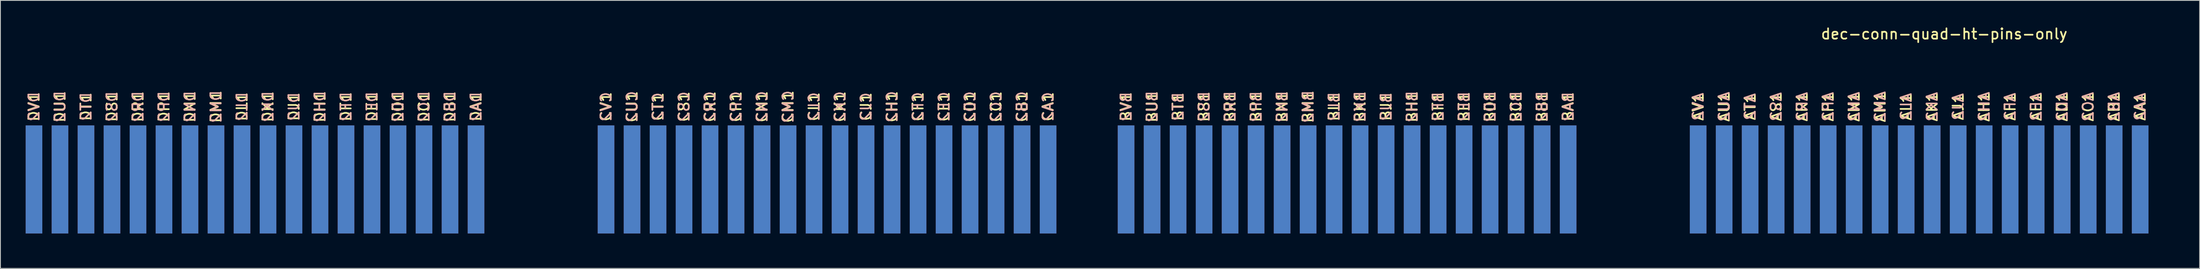
<source format=kicad_pcb>
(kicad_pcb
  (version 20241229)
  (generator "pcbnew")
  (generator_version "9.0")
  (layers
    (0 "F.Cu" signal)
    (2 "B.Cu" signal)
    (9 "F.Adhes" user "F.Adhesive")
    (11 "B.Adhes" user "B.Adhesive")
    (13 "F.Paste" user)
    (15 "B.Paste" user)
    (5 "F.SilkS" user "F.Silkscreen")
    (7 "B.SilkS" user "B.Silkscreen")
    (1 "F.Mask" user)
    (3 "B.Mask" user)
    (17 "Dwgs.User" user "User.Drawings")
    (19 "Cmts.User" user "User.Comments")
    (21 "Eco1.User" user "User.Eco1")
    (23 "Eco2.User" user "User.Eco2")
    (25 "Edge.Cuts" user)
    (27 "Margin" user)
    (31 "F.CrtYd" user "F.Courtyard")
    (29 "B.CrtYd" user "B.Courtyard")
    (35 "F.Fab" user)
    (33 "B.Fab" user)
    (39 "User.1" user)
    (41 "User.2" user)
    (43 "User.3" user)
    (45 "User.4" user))
  (footprint "dec-conn-quad-ht-pins-only"
    (layer "F.Cu")
    (at 262.288 26.5)
    (property "Reference" "dec-conn-quad-ht-pins-only" (at -27.94 -25.4 0) (layer "F.SilkS") (effects (font (size 1.27 1.27) (thickness 0.203))))
    (attr through_hole)
    (fp_text user "BC1" (at -80.213 -16.51 90) (layer "F.SilkS") (effects (font (size 1.27 1.27) (thickness 0.203))))
    (fp_text user "BF1" (at -89.738 -16.51 90) (layer "F.SilkS") (effects (font (size 1.27 1.27) (thickness 0.203))))
    (fp_text user "CV1" (at -191.338 -16.51 90) (layer "F.SilkS") (effects (font (size 1.27 1.27) (thickness 0.203))))
    (fp_text user "DC1" (at -213.563 -16.51 90) (layer "F.SilkS") (effects (font (size 1.27 1.27) (thickness 0.203))))
    (fp_text user "CC1" (at -143.713 -16.51 90) (layer "F.SilkS") (effects (font (size 1.27 1.27) (thickness 0.203))))
    (fp_text user "BM1" (at -105.613 -16.51 90) (layer "F.SilkS") (effects (font (size 1.27 1.27) (thickness 0.203))))
    (fp_text user "DA1" (at -207.213 -16.51 90) (layer "F.SilkS") (effects (font (size 1.27 1.27) (thickness 0.203))))
    (fp_text user "AR1" (at -45.288 -16.51 90) (layer "F.SilkS") (effects (font (size 1.27 1.27) (thickness 0.203))))
    (fp_text user "CT1" (at -184.988 -16.51 90) (layer "F.SilkS") (effects (font (size 1.27 1.27) (thickness 0.203))))
    (fp_text user "AA1" (at -4.013 -16.51 90) (layer "F.SilkS") (effects (font (size 1.27 1.27) (thickness 0.203))))
    (fp_text user "DJ1" (at -229.438 -16.51 90) (layer "F.SilkS") (effects (font (size 1.27 1.27) (thickness 0.203))))
    (fp_text user "CB1" (at -140.538 -16.51 90) (layer "F.SilkS") (effects (font (size 1.27 1.27) (thickness 0.203))))
    (fp_text user "BE1" (at -86.563 -16.51 90) (layer "F.SilkS") (effects (font (size 1.27 1.27) (thickness 0.203))))
    (fp_text user "CH1" (at -156.413 -16.51 90) (layer "F.SilkS") (effects (font (size 1.27 1.27) (thickness 0.203))))
    (fp_text user "AK1" (at -29.413 -16.51 90) (layer "F.SilkS") (effects (font (size 1.27 1.27) (thickness 0.203))))
    (fp_text user "DB1" (at -210.388 -16.51 90) (layer "F.SilkS") (effects (font (size 1.27 1.27) (thickness 0.203))))
    (fp_text user "CN1" (at -172.288 -16.51 90) (layer "F.SilkS") (effects (font (size 1.27 1.27) (thickness 0.203))))
    (fp_text user "AM1" (at -35.763 -16.51 90) (layer "F.SilkS") (effects (font (size 1.27 1.27) (thickness 0.203))))
    (fp_text user "DH1" (at -226.263 -16.51 90) (layer "F.SilkS") (effects (font (size 1.27 1.27) (thickness 0.203))))
    (fp_text user "BK1" (at -99.263 -16.51 90) (layer "F.SilkS") (effects (font (size 1.27 1.27) (thickness 0.203))))
    (fp_text user "DE1" (at -219.913 -16.51 90) (layer "F.SilkS") (effects (font (size 1.27 1.27) (thickness 0.203))))
    (fp_text user "AC1" (at -10.363 -16.51 90) (layer "F.SilkS") (effects (font (size 1.27 1.27) (thickness 0.203))))
    (fp_text user "DL1" (at -235.788 -16.51 90) (layer "F.SilkS") (effects (font (size 1.27 1.27) (thickness 0.203))))
    (fp_text user "CP1" (at -175.463 -16.51 90) (layer "F.SilkS") (effects (font (size 1.27 1.27) (thickness 0.203))))
    (fp_text user "AE1" (at -16.713 -16.51 90) (layer "F.SilkS") (effects (font (size 1.27 1.27) (thickness 0.203))))
    (fp_text user "DM1" (at -238.963 -16.51 90) (layer "F.SilkS") (effects (font (size 1.27 1.27) (thickness 0.203))))
    (fp_text user "BP1" (at -111.963 -16.51 90) (layer "F.SilkS") (effects (font (size 1.27 1.27) (thickness 0.203))))
    (fp_text user "BN1" (at -108.788 -16.51 90) (layer "F.SilkS") (effects (font (size 1.27 1.27) (thickness 0.203))))
    (fp_text user "AL1" (at -32.588 -16.51 90) (layer "F.SilkS") (effects (font (size 1.27 1.27) (thickness 0.203))))
    (fp_text user "CL1" (at -165.938 -16.51 90) (layer "F.SilkS") (effects (font (size 1.27 1.27) (thickness 0.203))))
    (fp_text user "DV1" (at -261.188 -16.51 90) (layer "F.SilkS") (effects (font (size 1.27 1.27) (thickness 0.203))))
    (fp_text user "AD1" (at -13.538 -16.51 90) (layer "F.SilkS") (effects (font (size 1.27 1.27) (thickness 0.203))))
    (fp_text user "BB1" (at -77.038 -16.51 90) (layer "F.SilkS") (effects (font (size 1.27 1.27) (thickness 0.203))))
    (fp_text user "CJ1" (at -159.588 -16.51 90) (layer "F.SilkS") (effects (font (size 1.27 1.27) (thickness 0.203))))
    (fp_text user "CE1" (at -150.063 -16.51 90) (layer "F.SilkS") (effects (font (size 1.27 1.27) (thickness 0.203))))
    (fp_text user "DT1" (at -254.838 -16.51 90) (layer "F.SilkS") (effects (font (size 1.27 1.27) (thickness 0.203))))
    (fp_text user "DK1" (at -232.613 -16.51 90) (layer "F.SilkS") (effects (font (size 1.27 1.27) (thickness 0.203))))
    (fp_text user "CS1" (at -181.813 -16.51 90) (layer "F.SilkS") (effects (font (size 1.27 1.27) (thickness 0.203))))
    (fp_text user "AJ1" (at -26.238 -16.51 90) (layer "F.SilkS") (effects (font (size 1.27 1.27) (thickness 0.203))))
    (fp_text user "AU1" (at -54.813 -16.51 90) (layer "F.SilkS") (effects (font (size 1.27 1.27) (thickness 0.203))))
    (fp_text user "BD1" (at -83.388 -16.51 90) (layer "F.SilkS") (effects (font (size 1.27 1.27) (thickness 0.203))))
    (fp_text user "AT1" (at -51.638 -16.51 90) (layer "F.SilkS") (effects (font (size 1.27 1.27) (thickness 0.203))))
    (fp_text user "BJ1" (at -96.088 -16.51 90) (layer "F.SilkS") (effects (font (size 1.27 1.27) (thickness 0.203))))
    (fp_text user "AN1" (at -38.938 -16.51 90) (layer "F.SilkS") (effects (font (size 1.27 1.27) (thickness 0.203))))
    (fp_text user "AS1" (at -48.463 -16.51 90) (layer "F.SilkS") (effects (font (size 1.27 1.27) (thickness 0.203))))
    (fp_text user "AH1" (at -23.063 -16.51 90) (layer "F.SilkS") (effects (font (size 1.27 1.27) (thickness 0.203))))
    (fp_text user "AB1" (at -7.188 -16.51 90) (layer "F.SilkS") (effects (font (size 1.27 1.27) (thickness 0.203))))
    (fp_text user "BV1" (at -127.838 -16.51 90) (layer "F.SilkS") (effects (font (size 1.27 1.27) (thickness 0.203))))
    (fp_text user "DR1" (at -248.488 -16.51 90) (layer "F.SilkS") (effects (font (size 1.27 1.27) (thickness 0.203))))
    (fp_text user "DP1" (at -245.313 -16.51 90) (layer "F.SilkS") (effects (font (size 1.27 1.27) (thickness 0.203))))
    (fp_text user "BA1" (at -73.863 -16.51 90) (layer "F.SilkS") (effects (font (size 1.27 1.27) (thickness 0.203))))
    (fp_text user "DU1" (at -258.013 -16.51 90) (layer "F.SilkS") (effects (font (size 1.27 1.27) (thickness 0.203))))
    (fp_text user "BH1" (at -92.913 -16.51 90) (layer "F.SilkS") (effects (font (size 1.27 1.27) (thickness 0.203))))
    (fp_text user "BU1" (at -124.663 -16.51 90) (layer "F.SilkS") (effects (font (size 1.27 1.27) (thickness 0.203))))
    (fp_text user "AP1" (at -42.113 -16.51 90) (layer "F.SilkS") (effects (font (size 1.27 1.27) (thickness 0.203))))
    (fp_text user "CU1" (at -188.163 -16.51 90) (layer "F.SilkS") (effects (font (size 1.27 1.27) (thickness 0.203))))
    (fp_text user "CF1" (at -153.238 -16.51 90) (layer "F.SilkS") (effects (font (size 1.27 1.27) (thickness 0.203))))
    (fp_text user "DF1" (at -223.088 -16.51 90) (layer "F.SilkS") (effects (font (size 1.27 1.27) (thickness 0.203))))
    (fp_text user "AF1" (at -19.888 -16.51 90) (layer "F.SilkS") (effects (font (size 1.27 1.27) (thickness 0.203))))
    (fp_text user "DS1" (at -251.663 -16.51 90) (layer "F.SilkS") (effects (font (size 1.27 1.27) (thickness 0.203))))
    (fp_text user "CA1" (at -137.363 -16.51 90) (layer "F.SilkS") (effects (font (size 1.27 1.27) (thickness 0.203))))
    (fp_text user "CR1" (at -178.638 -16.51 90) (layer "F.SilkS") (effects (font (size 1.27 1.27) (thickness 0.203))))
    (fp_text user "CD1" (at -146.888 -16.51 90) (layer "F.SilkS") (effects (font (size 1.27 1.27) (thickness 0.203))))
    (fp_text user "CK1" (at -162.763 -16.51 90) (layer "F.SilkS") (effects (font (size 1.27 1.27) (thickness 0.203))))
    (fp_text user "BS1" (at -118.313 -16.51 90) (layer "F.SilkS") (effects (font (size 1.27 1.27) (thickness 0.203))))
    (fp_text user "DN1" (at -242.138 -16.51 90) (layer "F.SilkS") (effects (font (size 1.27 1.27) (thickness 0.203))))
    (fp_text user "BT1" (at -121.488 -16.51 90) (layer "F.SilkS") (effects (font (size 1.27 1.27) (thickness 0.203))))
    (fp_text user "DD1" (at -216.738 -16.51 90) (layer "F.SilkS") (effects (font (size 1.27 1.27) (thickness 0.203))))
    (fp_text user "AV1" (at -57.988 -16.51 90) (layer "F.SilkS") (effects (font (size 1.27 1.27) (thickness 0.203))))
    (fp_text user "CM1" (at -169.113 -16.51 90) (layer "F.SilkS") (effects (font (size 1.27 1.27) (thickness 0.203))))
    (fp_text user "BR1" (at -115.138 -16.51 90) (layer "F.SilkS") (effects (font (size 1.27 1.27) (thickness 0.203))))
    (fp_text user "BL1" (at -102.438 -16.51 90) (layer "F.SilkS") (effects (font (size 1.27 1.27) (thickness 0.203))))
    (fp_text user "BA2" (at -73.863 -16.51 90) (layer "B.SilkS") (effects (font (size 1.27 1.27) (thickness 0.203)) (justify mirror)))
    (fp_text user "BC2" (at -80.213 -16.51 90) (layer "B.SilkS") (effects (font (size 1.27 1.27) (thickness 0.203)) (justify mirror)))
    (fp_text user "AM2" (at -35.763 -16.51 90) (layer "B.SilkS") (effects (font (size 1.27 1.27) (thickness 0.203)) (justify mirror)))
    (fp_text user "CK2" (at -162.763 -16.51 90) (layer "B.SilkS") (effects (font (size 1.27 1.27) (thickness 0.203)) (justify mirror)))
    (fp_text user "BN2" (at -108.788 -16.51 90) (layer "B.SilkS") (effects (font (size 1.27 1.27) (thickness 0.203)) (justify mirror)))
    (fp_text user "BP2" (at -111.963 -16.51 90) (layer "B.SilkS") (effects (font (size 1.27 1.27) (thickness 0.203)) (justify mirror)))
    (fp_text user "DM2" (at -238.963 -16.51 90) (layer "B.SilkS") (effects (font (size 1.27 1.27) (thickness 0.203)) (justify mirror)))
    (fp_text user "AC2" (at -10.363 -16.51 90) (layer "B.SilkS") (effects (font (size 1.27 1.27) (thickness 0.203)) (justify mirror)))
    (fp_text user "AN2" (at -38.938 -16.51 90) (layer "B.SilkS") (effects (font (size 1.27 1.27) (thickness 0.203)) (justify mirror)))
    (fp_text user "AT2" (at -51.638 -16.51 90) (layer "B.SilkS") (effects (font (size 1.27 1.27) (thickness 0.203)) (justify mirror)))
    (fp_text user "CU2" (at -188.163 -16.51 90) (layer "B.SilkS") (effects (font (size 1.27 1.27) (thickness 0.203)) (justify mirror)))
    (fp_text user "DK2" (at -232.613 -16.51 90) (layer "B.SilkS") (effects (font (size 1.27 1.27) (thickness 0.203)) (justify mirror)))
    (fp_text user "AH2" (at -23.063 -16.51 90) (layer "B.SilkS") (effects (font (size 1.27 1.27) (thickness 0.203)) (justify mirror)))
    (fp_text user "BD2" (at -83.388 -16.51 90) (layer "B.SilkS") (effects (font (size 1.27 1.27) (thickness 0.203)) (justify mirror)))
    (fp_text user "BH2" (at -92.913 -16.51 90) (layer "B.SilkS") (effects (font (size 1.27 1.27) (thickness 0.203)) (justify mirror)))
    (fp_text user "CP2" (at -175.463 -16.51 90) (layer "B.SilkS") (effects (font (size 1.27 1.27) (thickness 0.203)) (justify mirror)))
    (fp_text user "DL2" (at -235.788 -16.51 90) (layer "B.SilkS") (effects (font (size 1.27 1.27) (thickness 0.203)) (justify mirror)))
    (fp_text user "CV2" (at -191.338 -16.51 90) (layer "B.SilkS") (effects (font (size 1.27 1.27) (thickness 0.203)) (justify mirror)))
    (fp_text user "CS2" (at -181.813 -16.51 90) (layer "B.SilkS") (effects (font (size 1.27 1.27) (thickness 0.203)) (justify mirror)))
    (fp_text user "BB2" (at -77.038 -16.51 90) (layer "B.SilkS") (effects (font (size 1.27 1.27) (thickness 0.203)) (justify mirror)))
    (fp_text user "BV2" (at -127.838 -16.51 90) (layer "B.SilkS") (effects (font (size 1.27 1.27) (thickness 0.203)) (justify mirror)))
    (fp_text user "CF2" (at -153.238 -16.51 90) (layer "B.SilkS") (effects (font (size 1.27 1.27) (thickness 0.203)) (justify mirror)))
    (fp_text user "DN2" (at -242.138 -16.51 90) (layer "B.SilkS") (effects (font (size 1.27 1.27) (thickness 0.203)) (justify mirror)))
    (fp_text user "AA2" (at -4.013 -16.51 90) (layer "B.SilkS") (effects (font (size 1.27 1.27) (thickness 0.203)) (justify mirror)))
    (fp_text user "CA2" (at -137.363 -16.51 90) (layer "B.SilkS") (effects (font (size 1.27 1.27) (thickness 0.203)) (justify mirror)))
    (fp_text user "CH2" (at -156.413 -16.51 90) (layer "B.SilkS") (effects (font (size 1.27 1.27) (thickness 0.203)) (justify mirror)))
    (fp_text user "AL2" (at -32.588 -16.51 90) (layer "B.SilkS") (effects (font (size 1.27 1.27) (thickness 0.203)) (justify mirror)))
    (fp_text user "AS2" (at -48.463 -16.51 90) (layer "B.SilkS") (effects (font (size 1.27 1.27) (thickness 0.203)) (justify mirror)))
    (fp_text user "BR2" (at -115.138 -16.51 90) (layer "B.SilkS") (effects (font (size 1.27 1.27) (thickness 0.203)) (justify mirror)))
    (fp_text user "DD2" (at -216.738 -16.51 90) (layer "B.SilkS") (effects (font (size 1.27 1.27) (thickness 0.203)) (justify mirror)))
    (fp_text user "CB2" (at -140.538 -16.51 90) (layer "B.SilkS") (effects (font (size 1.27 1.27) (thickness 0.203)) (justify mirror)))
    (fp_text user "BT2" (at -121.488 -16.51 90) (layer "B.SilkS") (effects (font (size 1.27 1.27) (thickness 0.203)) (justify mirror)))
    (fp_text user "CN2" (at -172.288 -16.51 90) (layer "B.SilkS") (effects (font (size 1.27 1.27) (thickness 0.203)) (justify mirror)))
    (fp_text user "BJ2" (at -96.088 -16.51 90) (layer "B.SilkS") (effects (font (size 1.27 1.27) (thickness 0.203)) (justify mirror)))
    (fp_text user "BS2" (at -118.313 -16.51 90) (layer "B.SilkS") (effects (font (size 1.27 1.27) (thickness 0.203)) (justify mirror)))
    (fp_text user "AD2" (at -13.538 -16.51 90) (layer "B.SilkS") (effects (font (size 1.27 1.27) (thickness 0.203)) (justify mirror)))
    (fp_text user "CM2" (at -169.113 -16.51 90) (layer "B.SilkS") (effects (font (size 1.27 1.27) (thickness 0.203)) (justify mirror)))
    (fp_text user "CJ2" (at -159.588 -16.51 90) (layer "B.SilkS") (effects (font (size 1.27 1.27) (thickness 0.203)) (justify mirror)))
    (fp_text user "DT2" (at -254.838 -16.51 90) (layer "B.SilkS") (effects (font (size 1.27 1.27) (thickness 0.203)) (justify mirror)))
    (fp_text user "BK2" (at -99.263 -16.51 90) (layer "B.SilkS") (effects (font (size 1.27 1.27) (thickness 0.203)) (justify mirror)))
    (fp_text user "AP2" (at -42.113 -16.51 90) (layer "B.SilkS") (effects (font (size 1.27 1.27) (thickness 0.203)) (justify mirror)))
    (fp_text user "CC2" (at -143.713 -16.51 90) (layer "B.SilkS") (effects (font (size 1.27 1.27) (thickness 0.203)) (justify mirror)))
    (fp_text user "DF2" (at -223.088 -16.51 90) (layer "B.SilkS") (effects (font (size 1.27 1.27) (thickness 0.203)) (justify mirror)))
    (fp_text user "CR2" (at -178.638 -16.51 90) (layer "B.SilkS") (effects (font (size 1.27 1.27) (thickness 0.203)) (justify mirror)))
    (fp_text user "DP2" (at -245.313 -16.51 90) (layer "B.SilkS") (effects (font (size 1.27 1.27) (thickness 0.203)) (justify mirror)))
    (fp_text user "DH2" (at -226.263 -16.51 90) (layer "B.SilkS") (effects (font (size 1.27 1.27) (thickness 0.203)) (justify mirror)))
    (fp_text user "DE2" (at -219.913 -16.51 90) (layer "B.SilkS") (effects (font (size 1.27 1.27) (thickness 0.203)) (justify mirror)))
    (fp_text user "DB2" (at -210.388 -16.51 90) (layer "B.SilkS") (effects (font (size 1.27 1.27) (thickness 0.203)) (justify mirror)))
    (fp_text user "AV2" (at -57.988 -16.51 90) (layer "B.SilkS") (effects (font (size 1.27 1.27) (thickness 0.203)) (justify mirror)))
    (fp_text user "BE2" (at -86.563 -16.51 90) (layer "B.SilkS") (effects (font (size 1.27 1.27) (thickness 0.203)) (justify mirror)))
    (fp_text user "BF2" (at -89.738 -16.51 90) (layer "B.SilkS") (effects (font (size 1.27 1.27) (thickness 0.203)) (justify mirror)))
    (fp_text user "AJ2" (at -26.238 -16.51 90) (layer "B.SilkS") (effects (font (size 1.27 1.27) (thickness 0.203)) (justify mirror)))
    (fp_text user "DV2" (at -261.188 -16.51 90) (layer "B.SilkS") (effects (font (size 1.27 1.27) (thickness 0.203)) (justify mirror)))
    (fp_text user "AF2" (at -19.888 -16.51 90) (layer "B.SilkS") (effects (font (size 1.27 1.27) (thickness 0.203)) (justify mirror)))
    (fp_text user "DC2" (at -213.563 -16.51 90) (layer "B.SilkS") (effects (font (size 1.27 1.27) (thickness 0.203)) (justify mirror)))
    (fp_text user "CD2" (at -146.888 -16.51 90) (layer "B.SilkS") (effects (font (size 1.27 1.27) (thickness 0.203)) (justify mirror)))
    (fp_text user "DR2" (at -248.488 -16.51 90) (layer "B.SilkS") (effects (font (size 1.27 1.27) (thickness 0.203)) (justify mirror)))
    (fp_text user "AB2" (at -7.188 -16.51 90) (layer "B.SilkS") (effects (font (size 1.27 1.27) (thickness 0.203)) (justify mirror)))
    (fp_text user "AR2" (at -45.288 -16.51 90) (layer "B.SilkS") (effects (font (size 1.27 1.27) (thickness 0.203)) (justify mirror)))
    (fp_text user "AK2" (at -29.413 -16.51 90) (layer "B.SilkS") (effects (font (size 1.27 1.27) (thickness 0.203)) (justify mirror)))
    (fp_text user "BU2" (at -124.663 -16.51 90) (layer "B.SilkS") (effects (font (size 1.27 1.27) (thickness 0.203)) (justify mirror)))
    (fp_text user "AE2" (at -16.713 -16.51 90) (layer "B.SilkS") (effects (font (size 1.27 1.27) (thickness 0.203)) (justify mirror)))
    (fp_text user "CE2" (at -150.063 -16.51 90) (layer "B.SilkS") (effects (font (size 1.27 1.27) (thickness 0.203)) (justify mirror)))
    (fp_text user "DS2" (at -251.663 -16.51 90) (layer "B.SilkS") (effects (font (size 1.27 1.27) (thickness 0.203)) (justify mirror)))
    (fp_text user "BL2" (at -102.438 -16.51 90) (layer "B.SilkS") (effects (font (size 1.27 1.27) (thickness 0.203)) (justify mirror)))
    (fp_text user "CT2" (at -184.988 -16.51 90) (layer "B.SilkS") (effects (font (size 1.27 1.27) (thickness 0.203)) (justify mirror)))
    (fp_text user "DJ2" (at -229.438 -16.51 90) (layer "B.SilkS") (effects (font (size 1.27 1.27) (thickness 0.203)) (justify mirror)))
    (fp_text user "DU2" (at -258.013 -16.51 90) (layer "B.SilkS") (effects (font (size 1.27 1.27) (thickness 0.203)) (justify mirror)))
    (fp_text user "CL2" (at -165.938 -16.51 90) (layer "B.SilkS") (effects (font (size 1.27 1.27) (thickness 0.203)) (justify mirror)))
    (fp_text user "DA2" (at -207.213 -16.51 90) (layer "B.SilkS") (effects (font (size 1.27 1.27) (thickness 0.203)) (justify mirror)))
    (fp_text user "BM2" (at -105.613 -16.51 90) (layer "B.SilkS") (effects (font (size 1.27 1.27) (thickness 0.203)) (justify mirror)))
    (fp_text user "AU2" (at -54.813 -16.51 90) (layer "B.SilkS") (effects (font (size 1.27 1.27) (thickness 0.203)) (justify mirror)))
    (pad "AA1" connect rect (at -4.013 -13.462) (size 2.032 13.208) (drill (offset 0 5.842)) (layers "F.Cu" "F.Mask"))
    (pad "AA2" connect rect (at -4.013 -13.462) (size 2.032 13.208) (drill (offset 0 5.842)) (layers "B.Cu" "B.Mask"))
    (pad "AB1" connect rect (at -7.188 -13.462) (size 2.032 13.208) (drill (offset 0 5.842)) (layers "F.Cu" "F.Mask"))
    (pad "AB2" connect rect (at -7.188 -13.462) (size 2.032 13.208) (drill (offset 0 5.842)) (layers "B.Cu" "B.Mask"))
    (pad "AC1" connect rect (at -10.363 -13.462) (size 2.032 13.208) (drill (offset 0 5.842)) (layers "F.Cu" "F.Mask"))
    (pad "AC2" connect rect (at -10.363 -13.462) (size 2.032 13.208) (drill (offset 0 5.842)) (layers "B.Cu" "B.Mask"))
    (pad "AD1" connect rect (at -13.538 -13.462) (size 2.032 13.208) (drill (offset 0 5.842)) (layers "F.Cu" "F.Mask"))
    (pad "AD2" connect rect (at -13.538 -13.462) (size 2.032 13.208) (drill (offset 0 5.842)) (layers "B.Cu" "B.Mask"))
    (pad "AE1" connect rect (at -16.713 -13.462) (size 2.032 13.208) (drill (offset 0 5.842)) (layers "F.Cu" "F.Mask"))
    (pad "AE2" connect rect (at -16.713 -13.462) (size 2.032 13.208) (drill (offset 0 5.842)) (layers "B.Cu" "B.Mask"))
    (pad "AF1" connect rect (at -19.888 -13.462) (size 2.032 13.208) (drill (offset 0 5.842)) (layers "F.Cu" "F.Mask"))
    (pad "AF2" connect rect (at -19.888 -13.462) (size 2.032 13.208) (drill (offset 0 5.842)) (layers "B.Cu" "B.Mask"))
    (pad "AH1" connect rect (at -23.063 -13.462) (size 2.032 13.208) (drill (offset 0 5.842)) (layers "F.Cu" "F.Mask"))
    (pad "AH2" connect rect (at -23.063 -13.462) (size 2.032 13.208) (drill (offset 0 5.842)) (layers "B.Cu" "B.Mask"))
    (pad "AJ1" connect rect (at -26.238 -13.462) (size 2.032 13.208) (drill (offset 0 5.842)) (layers "F.Cu" "F.Mask"))
    (pad "AJ2" connect rect (at -26.238 -13.462) (size 2.032 13.208) (drill (offset 0 5.842)) (layers "B.Cu" "B.Mask"))
    (pad "AK1" connect rect (at -29.413 -13.462) (size 2.032 13.208) (drill (offset 0 5.842)) (layers "F.Cu" "F.Mask"))
    (pad "AK2" connect rect (at -29.413 -13.462) (size 2.032 13.208) (drill (offset 0 5.842)) (layers "B.Cu" "B.Mask"))
    (pad "AL1" connect rect (at -32.588 -13.462) (size 2.032 13.208) (drill (offset 0 5.842)) (layers "F.Cu" "F.Mask"))
    (pad "AL2" connect rect (at -32.588 -13.462) (size 2.032 13.208) (drill (offset 0 5.842)) (layers "B.Cu" "B.Mask"))
    (pad "AM1" connect rect (at -35.763 -13.462) (size 2.032 13.208) (drill (offset 0 5.842)) (layers "F.Cu" "F.Mask"))
    (pad "AM2" connect rect (at -35.763 -13.462) (size 2.032 13.208) (drill (offset 0 5.842)) (layers "B.Cu" "B.Mask"))
    (pad "AN1" connect rect (at -38.938 -13.462) (size 2.032 13.208) (drill (offset 0 5.842)) (layers "F.Cu" "F.Mask"))
    (pad "AN2" connect rect (at -38.938 -13.462) (size 2.032 13.208) (drill (offset 0 5.842)) (layers "B.Cu" "B.Mask"))
    (pad "AP1" connect rect (at -42.113 -13.462) (size 2.032 13.208) (drill (offset 0 5.842)) (layers "F.Cu" "F.Mask"))
    (pad "AP2" connect rect (at -42.113 -13.462) (size 2.032 13.208) (drill (offset 0 5.842)) (layers "B.Cu" "B.Mask"))
    (pad "AR1" connect rect (at -45.288 -13.462) (size 2.032 13.208) (drill (offset 0 5.842)) (layers "F.Cu" "F.Mask"))
    (pad "AR2" connect rect (at -45.288 -13.462) (size 2.032 13.208) (drill (offset 0 5.842)) (layers "B.Cu" "B.Mask"))
    (pad "AS1" connect rect (at -48.463 -13.462) (size 2.032 13.208) (drill (offset 0 5.842)) (layers "F.Cu" "F.Mask"))
    (pad "AS2" connect rect (at -48.463 -13.462) (size 2.032 13.208) (drill (offset 0 5.842)) (layers "B.Cu" "B.Mask"))
    (pad "AT1" connect rect (at -51.638 -13.462) (size 2.032 13.208) (drill (offset 0 5.842)) (layers "F.Cu" "F.Mask"))
    (pad "AT2" connect rect (at -51.638 -13.462) (size 2.032 13.208) (drill (offset 0 5.842)) (layers "B.Cu" "B.Mask"))
    (pad "AU1" connect rect (at -54.813 -13.462) (size 2.032 13.208) (drill (offset 0 5.842)) (layers "F.Cu" "F.Mask"))
    (pad "AU2" connect rect (at -54.813 -13.462) (size 2.032 13.208) (drill (offset 0 5.842)) (layers "B.Cu" "B.Mask"))
    (pad "AV1" connect rect (at -57.988 -13.462) (size 2.032 13.208) (drill (offset 0 5.842)) (layers "F.Cu" "F.Mask"))
    (pad "AV2" connect rect (at -57.988 -13.462) (size 2.032 13.208) (drill (offset 0 5.842)) (layers "B.Cu" "B.Mask"))
    (pad "BA1" connect rect (at -73.863 -13.462) (size 2.032 13.208) (drill (offset 0 5.842)) (layers "F.Cu" "F.Mask"))
    (pad "BA2" connect rect (at -73.863 -13.462) (size 2.032 13.208) (drill (offset 0 5.842)) (layers "B.Cu" "B.Mask"))
    (pad "BB1" connect rect (at -77.038 -13.462) (size 2.032 13.208) (drill (offset 0 5.842)) (layers "F.Cu" "F.Mask"))
    (pad "BB2" connect rect (at -77.038 -13.462) (size 2.032 13.208) (drill (offset 0 5.842)) (layers "B.Cu" "B.Mask"))
    (pad "BC1" connect rect (at -80.213 -13.462) (size 2.032 13.208) (drill (offset 0 5.842)) (layers "F.Cu" "F.Mask"))
    (pad "BC2" connect rect (at -80.213 -13.462) (size 2.032 13.208) (drill (offset 0 5.842)) (layers "B.Cu" "B.Mask"))
    (pad "BD1" connect rect (at -83.388 -13.462) (size 2.032 13.208) (drill (offset 0 5.842)) (layers "F.Cu" "F.Mask"))
    (pad "BD2" connect rect (at -83.388 -13.462) (size 2.032 13.208) (drill (offset 0 5.842)) (layers "B.Cu" "B.Mask"))
    (pad "BE1" connect rect (at -86.563 -13.462) (size 2.032 13.208) (drill (offset 0 5.842)) (layers "F.Cu" "F.Mask"))
    (pad "BE2" connect rect (at -86.563 -13.462) (size 2.032 13.208) (drill (offset 0 5.842)) (layers "B.Cu" "B.Mask"))
    (pad "BF1" connect rect (at -89.738 -13.462) (size 2.032 13.208) (drill (offset 0 5.842)) (layers "F.Cu" "F.Mask"))
    (pad "BF2" connect rect (at -89.738 -13.462) (size 2.032 13.208) (drill (offset 0 5.842)) (layers "B.Cu" "B.Mask"))
    (pad "BH1" connect rect (at -92.913 -13.462) (size 2.032 13.208) (drill (offset 0 5.842)) (layers "F.Cu" "F.Mask"))
    (pad "BH2" connect rect (at -92.913 -13.462) (size 2.032 13.208) (drill (offset 0 5.842)) (layers "B.Cu" "B.Mask"))
    (pad "BJ1" connect rect (at -96.088 -13.462) (size 2.032 13.208) (drill (offset 0 5.842)) (layers "F.Cu" "F.Mask"))
    (pad "BJ2" connect rect (at -96.088 -13.462) (size 2.032 13.208) (drill (offset 0 5.842)) (layers "B.Cu" "B.Mask"))
    (pad "BK1" connect rect (at -99.263 -13.462) (size 2.032 13.208) (drill (offset 0 5.842)) (layers "F.Cu" "F.Mask"))
    (pad "BK2" connect rect (at -99.263 -13.462) (size 2.032 13.208) (drill (offset 0 5.842)) (layers "B.Cu" "B.Mask"))
    (pad "BL1" connect rect (at -102.438 -13.462) (size 2.032 13.208) (drill (offset 0 5.842)) (layers "F.Cu" "F.Mask"))
    (pad "BL2" connect rect (at -102.438 -13.462) (size 2.032 13.208) (drill (offset 0 5.842)) (layers "B.Cu" "B.Mask"))
    (pad "BM1" connect rect (at -105.613 -13.462) (size 2.032 13.208) (drill (offset 0 5.842)) (layers "F.Cu" "F.Mask"))
    (pad "BM2" connect rect (at -105.613 -13.462) (size 2.032 13.208) (drill (offset 0 5.842)) (layers "B.Cu" "B.Mask"))
    (pad "BN1" connect rect (at -108.788 -13.462) (size 2.032 13.208) (drill (offset 0 5.842)) (layers "F.Cu" "F.Mask"))
    (pad "BN2" connect rect (at -108.788 -13.462) (size 2.032 13.208) (drill (offset 0 5.842)) (layers "B.Cu" "B.Mask"))
    (pad "BP1" connect rect (at -111.963 -13.462) (size 2.032 13.208) (drill (offset 0 5.842)) (layers "F.Cu" "F.Mask"))
    (pad "BP2" connect rect (at -111.963 -13.462) (size 2.032 13.208) (drill (offset 0 5.842)) (layers "B.Cu" "B.Mask"))
    (pad "BR1" connect rect (at -115.138 -13.462) (size 2.032 13.208) (drill (offset 0 5.842)) (layers "F.Cu" "F.Mask"))
    (pad "BR2" connect rect (at -115.138 -13.462) (size 2.032 13.208) (drill (offset 0 5.842)) (layers "B.Cu" "B.Mask"))
    (pad "BS1" connect rect (at -118.313 -13.462) (size 2.032 13.208) (drill (offset 0 5.842)) (layers "F.Cu" "F.Mask"))
    (pad "BS2" connect rect (at -118.313 -13.462) (size 2.032 13.208) (drill (offset 0 5.842)) (layers "B.Cu" "B.Mask"))
    (pad "BT1" connect rect (at -121.488 -13.462) (size 2.032 13.208) (drill (offset 0 5.842)) (layers "F.Cu" "F.Mask"))
    (pad "BT2" connect rect (at -121.488 -13.462) (size 2.032 13.208) (drill (offset 0 5.842)) (layers "B.Cu" "B.Mask"))
    (pad "BU1" connect rect (at -124.663 -13.462) (size 2.032 13.208) (drill (offset 0 5.842)) (layers "F.Cu" "F.Mask"))
    (pad "BU2" connect rect (at -124.663 -13.462) (size 2.032 13.208) (drill (offset 0 5.842)) (layers "B.Cu" "B.Mask"))
    (pad "BV1" connect rect (at -127.838 -13.462) (size 2.032 13.208) (drill (offset 0 5.842)) (layers "F.Cu" "F.Mask"))
    (pad "BV2" connect rect (at -127.838 -13.462) (size 2.032 13.208) (drill (offset 0 5.842)) (layers "B.Cu" "B.Mask"))
    (pad "CA1" connect rect (at -137.363 -13.462) (size 2.032 13.208) (drill (offset 0 5.842)) (layers "F.Cu" "F.Mask"))
    (pad "CA2" connect rect (at -137.363 -13.462) (size 2.032 13.208) (drill (offset 0 5.842)) (layers "B.Cu" "B.Mask"))
    (pad "CB1" connect rect (at -140.538 -13.462) (size 2.032 13.208) (drill (offset 0 5.842)) (layers "F.Cu" "F.Mask"))
    (pad "CB2" connect rect (at -140.538 -13.462) (size 2.032 13.208) (drill (offset 0 5.842)) (layers "B.Cu" "B.Mask"))
    (pad "CC1" connect rect (at -143.713 -13.462) (size 2.032 13.208) (drill (offset 0 5.842)) (layers "F.Cu" "F.Mask"))
    (pad "CC2" connect rect (at -143.713 -13.462) (size 2.032 13.208) (drill (offset 0 5.842)) (layers "B.Cu" "B.Mask"))
    (pad "CD1" connect rect (at -146.888 -13.462) (size 2.032 13.208) (drill (offset 0 5.842)) (layers "F.Cu" "F.Mask"))
    (pad "CD2" connect rect (at -146.888 -13.462) (size 2.032 13.208) (drill (offset 0 5.842)) (layers "B.Cu" "B.Mask"))
    (pad "CE1" connect rect (at -150.063 -13.462) (size 2.032 13.208) (drill (offset 0 5.842)) (layers "F.Cu" "F.Mask"))
    (pad "CE2" connect rect (at -150.063 -13.462) (size 2.032 13.208) (drill (offset 0 5.842)) (layers "B.Cu" "B.Mask"))
    (pad "CF1" connect rect (at -153.238 -13.462) (size 2.032 13.208) (drill (offset 0 5.842)) (layers "F.Cu" "F.Mask"))
    (pad "CF2" connect rect (at -153.238 -13.462) (size 2.032 13.208) (drill (offset 0 5.842)) (layers "B.Cu" "B.Mask"))
    (pad "CH1" connect rect (at -156.413 -13.462) (size 2.032 13.208) (drill (offset 0 5.842)) (layers "F.Cu" "F.Mask"))
    (pad "CH2" connect rect (at -156.413 -13.462) (size 2.032 13.208) (drill (offset 0 5.842)) (layers "B.Cu" "B.Mask"))
    (pad "CJ1" connect rect (at -159.588 -13.462) (size 2.032 13.208) (drill (offset 0 5.842)) (layers "F.Cu" "F.Mask"))
    (pad "CJ2" connect rect (at -159.588 -13.462) (size 2.032 13.208) (drill (offset 0 5.842)) (layers "B.Cu" "B.Mask"))
    (pad "CK1" connect rect (at -162.763 -13.462) (size 2.032 13.208) (drill (offset 0 5.842)) (layers "F.Cu" "F.Mask"))
    (pad "CK2" connect rect (at -162.763 -13.462) (size 2.032 13.208) (drill (offset 0 5.842)) (layers "B.Cu" "B.Mask"))
    (pad "CL1" connect rect (at -165.938 -13.462) (size 2.032 13.208) (drill (offset 0 5.842)) (layers "F.Cu" "F.Mask"))
    (pad "CL2" connect rect (at -165.938 -13.462) (size 2.032 13.208) (drill (offset 0 5.842)) (layers "B.Cu" "B.Mask"))
    (pad "CM1" connect rect (at -169.113 -13.462) (size 2.032 13.208) (drill (offset 0 5.842)) (layers "F.Cu" "F.Mask"))
    (pad "CM2" connect rect (at -169.113 -13.462) (size 2.032 13.208) (drill (offset 0 5.842)) (layers "B.Cu" "B.Mask"))
    (pad "CN1" connect rect (at -172.288 -13.462) (size 2.032 13.208) (drill (offset 0 5.842)) (layers "F.Cu" "F.Mask"))
    (pad "CN2" connect rect (at -172.288 -13.462) (size 2.032 13.208) (drill (offset 0 5.842)) (layers "B.Cu" "B.Mask"))
    (pad "CP1" connect rect (at -175.463 -13.462) (size 2.032 13.208) (drill (offset 0 5.842)) (layers "F.Cu" "F.Mask"))
    (pad "CP2" connect rect (at -175.463 -13.462) (size 2.032 13.208) (drill (offset 0 5.842)) (layers "B.Cu" "B.Mask"))
    (pad "CR1" connect rect (at -178.638 -13.462) (size 2.032 13.208) (drill (offset 0 5.842)) (layers "F.Cu" "F.Mask"))
    (pad "CR2" connect rect (at -178.638 -13.462) (size 2.032 13.208) (drill (offset 0 5.842)) (layers "B.Cu" "B.Mask"))
    (pad "CS1" connect rect (at -181.813 -13.462) (size 2.032 13.208) (drill (offset 0 5.842)) (layers "F.Cu" "F.Mask"))
    (pad "CS2" connect rect (at -181.813 -13.462) (size 2.032 13.208) (drill (offset 0 5.842)) (layers "B.Cu" "B.Mask"))
    (pad "CT1" connect rect (at -184.988 -13.462) (size 2.032 13.208) (drill (offset 0 5.842)) (layers "F.Cu" "F.Mask"))
    (pad "CT2" connect rect (at -184.988 -13.462) (size 2.032 13.208) (drill (offset 0 5.842)) (layers "B.Cu" "B.Mask"))
    (pad "CU1" connect rect (at -188.163 -13.462) (size 2.032 13.208) (drill (offset 0 5.842)) (layers "F.Cu" "F.Mask"))
    (pad "CU2" connect rect (at -188.163 -13.462) (size 2.032 13.208) (drill (offset 0 5.842)) (layers "B.Cu" "B.Mask"))
    (pad "CV1" connect rect (at -191.338 -13.462) (size 2.032 13.208) (drill (offset 0 5.842)) (layers "F.Cu" "F.Mask"))
    (pad "CV2" connect rect (at -191.338 -13.462) (size 2.032 13.208) (drill (offset 0 5.842)) (layers "B.Cu" "B.Mask"))
    (pad "DA1" connect rect (at -207.213 -13.462) (size 2.032 13.208) (drill (offset 0 5.842)) (layers "F.Cu" "F.Mask"))
    (pad "DA2" connect rect (at -207.213 -13.462) (size 2.032 13.208) (drill (offset 0 5.842)) (layers "B.Cu" "B.Mask"))
    (pad "DB1" connect rect (at -210.388 -13.462) (size 2.032 13.208) (drill (offset 0 5.842)) (layers "F.Cu" "F.Mask"))
    (pad "DB2" connect rect (at -210.388 -13.462) (size 2.032 13.208) (drill (offset 0 5.842)) (layers "B.Cu" "B.Mask"))
    (pad "DC1" connect rect (at -213.563 -13.462) (size 2.032 13.208) (drill (offset 0 5.842)) (layers "F.Cu" "F.Mask"))
    (pad "DC2" connect rect (at -213.563 -13.462) (size 2.032 13.208) (drill (offset 0 5.842)) (layers "B.Cu" "B.Mask"))
    (pad "DD1" connect rect (at -216.738 -13.462) (size 2.032 13.208) (drill (offset 0 5.842)) (layers "F.Cu" "F.Mask"))
    (pad "DD2" connect rect (at -216.738 -13.462) (size 2.032 13.208) (drill (offset 0 5.842)) (layers "B.Cu" "B.Mask"))
    (pad "DE1" connect rect (at -219.913 -13.462) (size 2.032 13.208) (drill (offset 0 5.842)) (layers "F.Cu" "F.Mask"))
    (pad "DE2" connect rect (at -219.913 -13.462) (size 2.032 13.208) (drill (offset 0 5.842)) (layers "B.Cu" "B.Mask"))
    (pad "DF1" connect rect (at -223.088 -13.462) (size 2.032 13.208) (drill (offset 0 5.842)) (layers "F.Cu" "F.Mask"))
    (pad "DF2" connect rect (at -223.088 -13.462) (size 2.032 13.208) (drill (offset 0 5.842)) (layers "B.Cu" "B.Mask"))
    (pad "DH1" connect rect (at -226.263 -13.462) (size 2.032 13.208) (drill (offset 0 5.842)) (layers "F.Cu" "F.Mask"))
    (pad "DH2" connect rect (at -226.263 -13.462) (size 2.032 13.208) (drill (offset 0 5.842)) (layers "B.Cu" "B.Mask"))
    (pad "DJ1" connect rect (at -229.438 -13.462) (size 2.032 13.208) (drill (offset 0 5.842)) (layers "F.Cu" "F.Mask"))
    (pad "DJ2" connect rect (at -229.438 -13.462) (size 2.032 13.208) (drill (offset 0 5.842)) (layers "B.Cu" "B.Mask"))
    (pad "DK1" connect rect (at -232.613 -13.462) (size 2.032 13.208) (drill (offset 0 5.842)) (layers "F.Cu" "F.Mask"))
    (pad "DK2" connect rect (at -232.613 -13.462) (size 2.032 13.208) (drill (offset 0 5.842)) (layers "B.Cu" "B.Mask"))
    (pad "DL1" connect rect (at -235.788 -13.462) (size 2.032 13.208) (drill (offset 0 5.842)) (layers "F.Cu" "F.Mask"))
    (pad "DL2" connect rect (at -235.788 -13.462) (size 2.032 13.208) (drill (offset 0 5.842)) (layers "B.Cu" "B.Mask"))
    (pad "DM1" connect rect (at -238.963 -13.462) (size 2.032 13.208) (drill (offset 0 5.842)) (layers "F.Cu" "F.Mask"))
    (pad "DM2" connect rect (at -238.963 -13.462) (size 2.032 13.208) (drill (offset 0 5.842)) (layers "B.Cu" "B.Mask"))
    (pad "DN1" connect rect (at -242.138 -13.462) (size 2.032 13.208) (drill (offset 0 5.842)) (layers "F.Cu" "F.Mask"))
    (pad "DN2" connect rect (at -242.138 -13.462) (size 2.032 13.208) (drill (offset 0 5.842)) (layers "B.Cu" "B.Mask"))
    (pad "DP1" connect rect (at -245.313 -13.462) (size 2.032 13.208) (drill (offset 0 5.842)) (layers "F.Cu" "F.Mask"))
    (pad "DP2" connect rect (at -245.313 -13.462) (size 2.032 13.208) (drill (offset 0 5.842)) (layers "B.Cu" "B.Mask"))
    (pad "DR1" connect rect (at -248.488 -13.462) (size 2.032 13.208) (drill (offset 0 5.842)) (layers "F.Cu" "F.Mask"))
    (pad "DR2" connect rect (at -248.488 -13.462) (size 2.032 13.208) (drill (offset 0 5.842)) (layers "B.Cu" "B.Mask"))
    (pad "DS1" connect rect (at -251.663 -13.462) (size 2.032 13.208) (drill (offset 0 5.842)) (layers "F.Cu" "F.Mask"))
    (pad "DS2" connect rect (at -251.663 -13.462) (size 2.032 13.208) (drill (offset 0 5.842)) (layers "B.Cu" "B.Mask"))
    (pad "DT1" connect rect (at -254.838 -13.462) (size 2.032 13.208) (drill (offset 0 5.842)) (layers "F.Cu" "F.Mask"))
    (pad "DT2" connect rect (at -254.838 -13.462) (size 2.032 13.208) (drill (offset 0 5.842)) (layers "B.Cu" "B.Mask"))
    (pad "DU1" connect rect (at -258.013 -13.462) (size 2.032 13.208) (drill (offset 0 5.842)) (layers "F.Cu" "F.Mask"))
    (pad "DU2" connect rect (at -258.013 -13.462) (size 2.032 13.208) (drill (offset 0 5.842)) (layers "B.Cu" "B.Mask"))
    (pad "DV1" connect rect (at -261.188 -13.462) (size 2.032 13.208) (drill (offset 0 5.842)) (layers "F.Cu" "F.Mask"))
    (pad "DV2" connect rect (at -261.188 -13.462) (size 2.032 13.208) (drill (offset 0 5.842)) (layers "B.Cu" "B.Mask")))
  (gr_rect
    (start -3 -3)
    (end 265.538 29.75)
    (stroke (width 0.1) (type default))
    (fill no)
    (layer "Edge.Cuts")))
</source>
